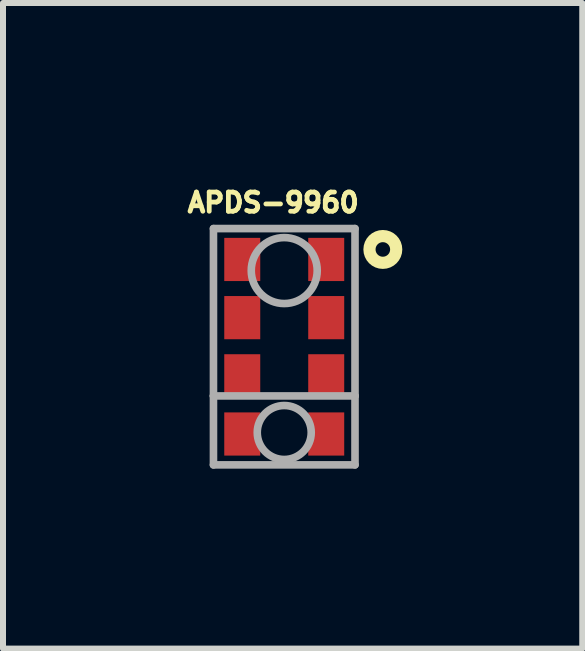
<source format=kicad_pcb>
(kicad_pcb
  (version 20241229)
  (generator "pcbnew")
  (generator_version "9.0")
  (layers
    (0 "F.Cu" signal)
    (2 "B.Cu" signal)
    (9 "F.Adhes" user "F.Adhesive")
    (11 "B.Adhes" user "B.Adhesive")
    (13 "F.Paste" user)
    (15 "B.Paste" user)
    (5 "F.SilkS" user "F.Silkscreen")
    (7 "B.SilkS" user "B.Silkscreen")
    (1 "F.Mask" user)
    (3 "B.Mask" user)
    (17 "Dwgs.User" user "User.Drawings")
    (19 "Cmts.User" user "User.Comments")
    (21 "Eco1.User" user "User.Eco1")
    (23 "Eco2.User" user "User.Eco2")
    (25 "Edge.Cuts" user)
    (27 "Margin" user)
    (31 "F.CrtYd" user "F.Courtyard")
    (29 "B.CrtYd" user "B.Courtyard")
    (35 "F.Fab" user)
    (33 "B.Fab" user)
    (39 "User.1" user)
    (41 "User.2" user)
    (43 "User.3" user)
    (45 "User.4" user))
  (footprint "APDS-9960"
    (layer "F.Cu")
    (at 1.689 2.731)
    (property "Reference" "APDS-9960" (at -0.184 -2.403 0) (layer "F.SilkS") (effects (font (size 0.32 0.32) (thickness 0.15))))
    (attr through_hole)
    (fp_circle (center 1.644 -1.622) (end 1.867 -1.622) (stroke (width 0.203) (type solid)) (fill no) (layer "F.SilkS"))
    (fp_line (start -1.18 -1.97) (end -1.18 0.82) (stroke (width 0.127) (type solid)) (layer "F.Fab"))
    (fp_line (start -1.18 -1.97) (end 1.18 -1.97) (stroke (width 0.127) (type solid)) (layer "F.Fab"))
    (fp_line (start -1.18 0.82) (end -1.18 1.97) (stroke (width 0.127) (type solid)) (layer "F.Fab"))
    (fp_line (start -1.18 0.82) (end 1.18 0.82) (stroke (width 0.127) (type solid)) (layer "F.Fab"))
    (fp_line (start -1.18 1.97) (end 1.18 1.97) (stroke (width 0.127) (type solid)) (layer "F.Fab"))
    (fp_line (start 1.18 -1.97) (end 1.18 0.82) (stroke (width 0.127) (type solid)) (layer "F.Fab"))
    (fp_line (start 1.18 0.82) (end 1.18 1.97) (stroke (width 0.127) (type solid)) (layer "F.Fab"))
    (fp_circle (center 0 -1.27) (end 0.55 -1.27) (stroke (width 0.127) (type solid)) (fill no) (layer "F.Fab"))
    (fp_circle (center 0 1.43) (end 0.45 1.43) (stroke (width 0.127) (type solid)) (fill no) (layer "F.Fab"))
    (pad "1" smd rect (at 0.7 -1.455) (size 0.6 0.72) (layers "F.Cu" "F.Mask" "F.Paste"))
    (pad "2" smd rect (at 0.7 -0.485) (size 0.6 0.72) (layers "F.Cu" "F.Mask" "F.Paste"))
    (pad "3" smd rect (at 0.7 0.485) (size 0.6 0.72) (layers "F.Cu" "F.Mask" "F.Paste"))
    (pad "4" smd rect (at 0.7 1.455) (size 0.6 0.72) (layers "F.Cu" "F.Mask" "F.Paste"))
    (pad "5" smd rect (at -0.7 1.455) (size 0.6 0.72) (layers "F.Cu" "F.Mask" "F.Paste"))
    (pad "6" smd rect (at -0.7 0.485) (size 0.6 0.72) (layers "F.Cu" "F.Mask" "F.Paste"))
    (pad "7" smd rect (at -0.7 -0.485) (size 0.6 0.72) (layers "F.Cu" "F.Mask" "F.Paste"))
    (pad "8" smd rect (at -0.7 -1.455) (size 0.6 0.72) (layers "F.Cu" "F.Mask" "F.Paste")))
  (gr_rect
    (start -3 -3)
    (end 6.658 7.764)
    (stroke (width 0.1) (type default))
    (fill no)
    (layer "Edge.Cuts")))
</source>
